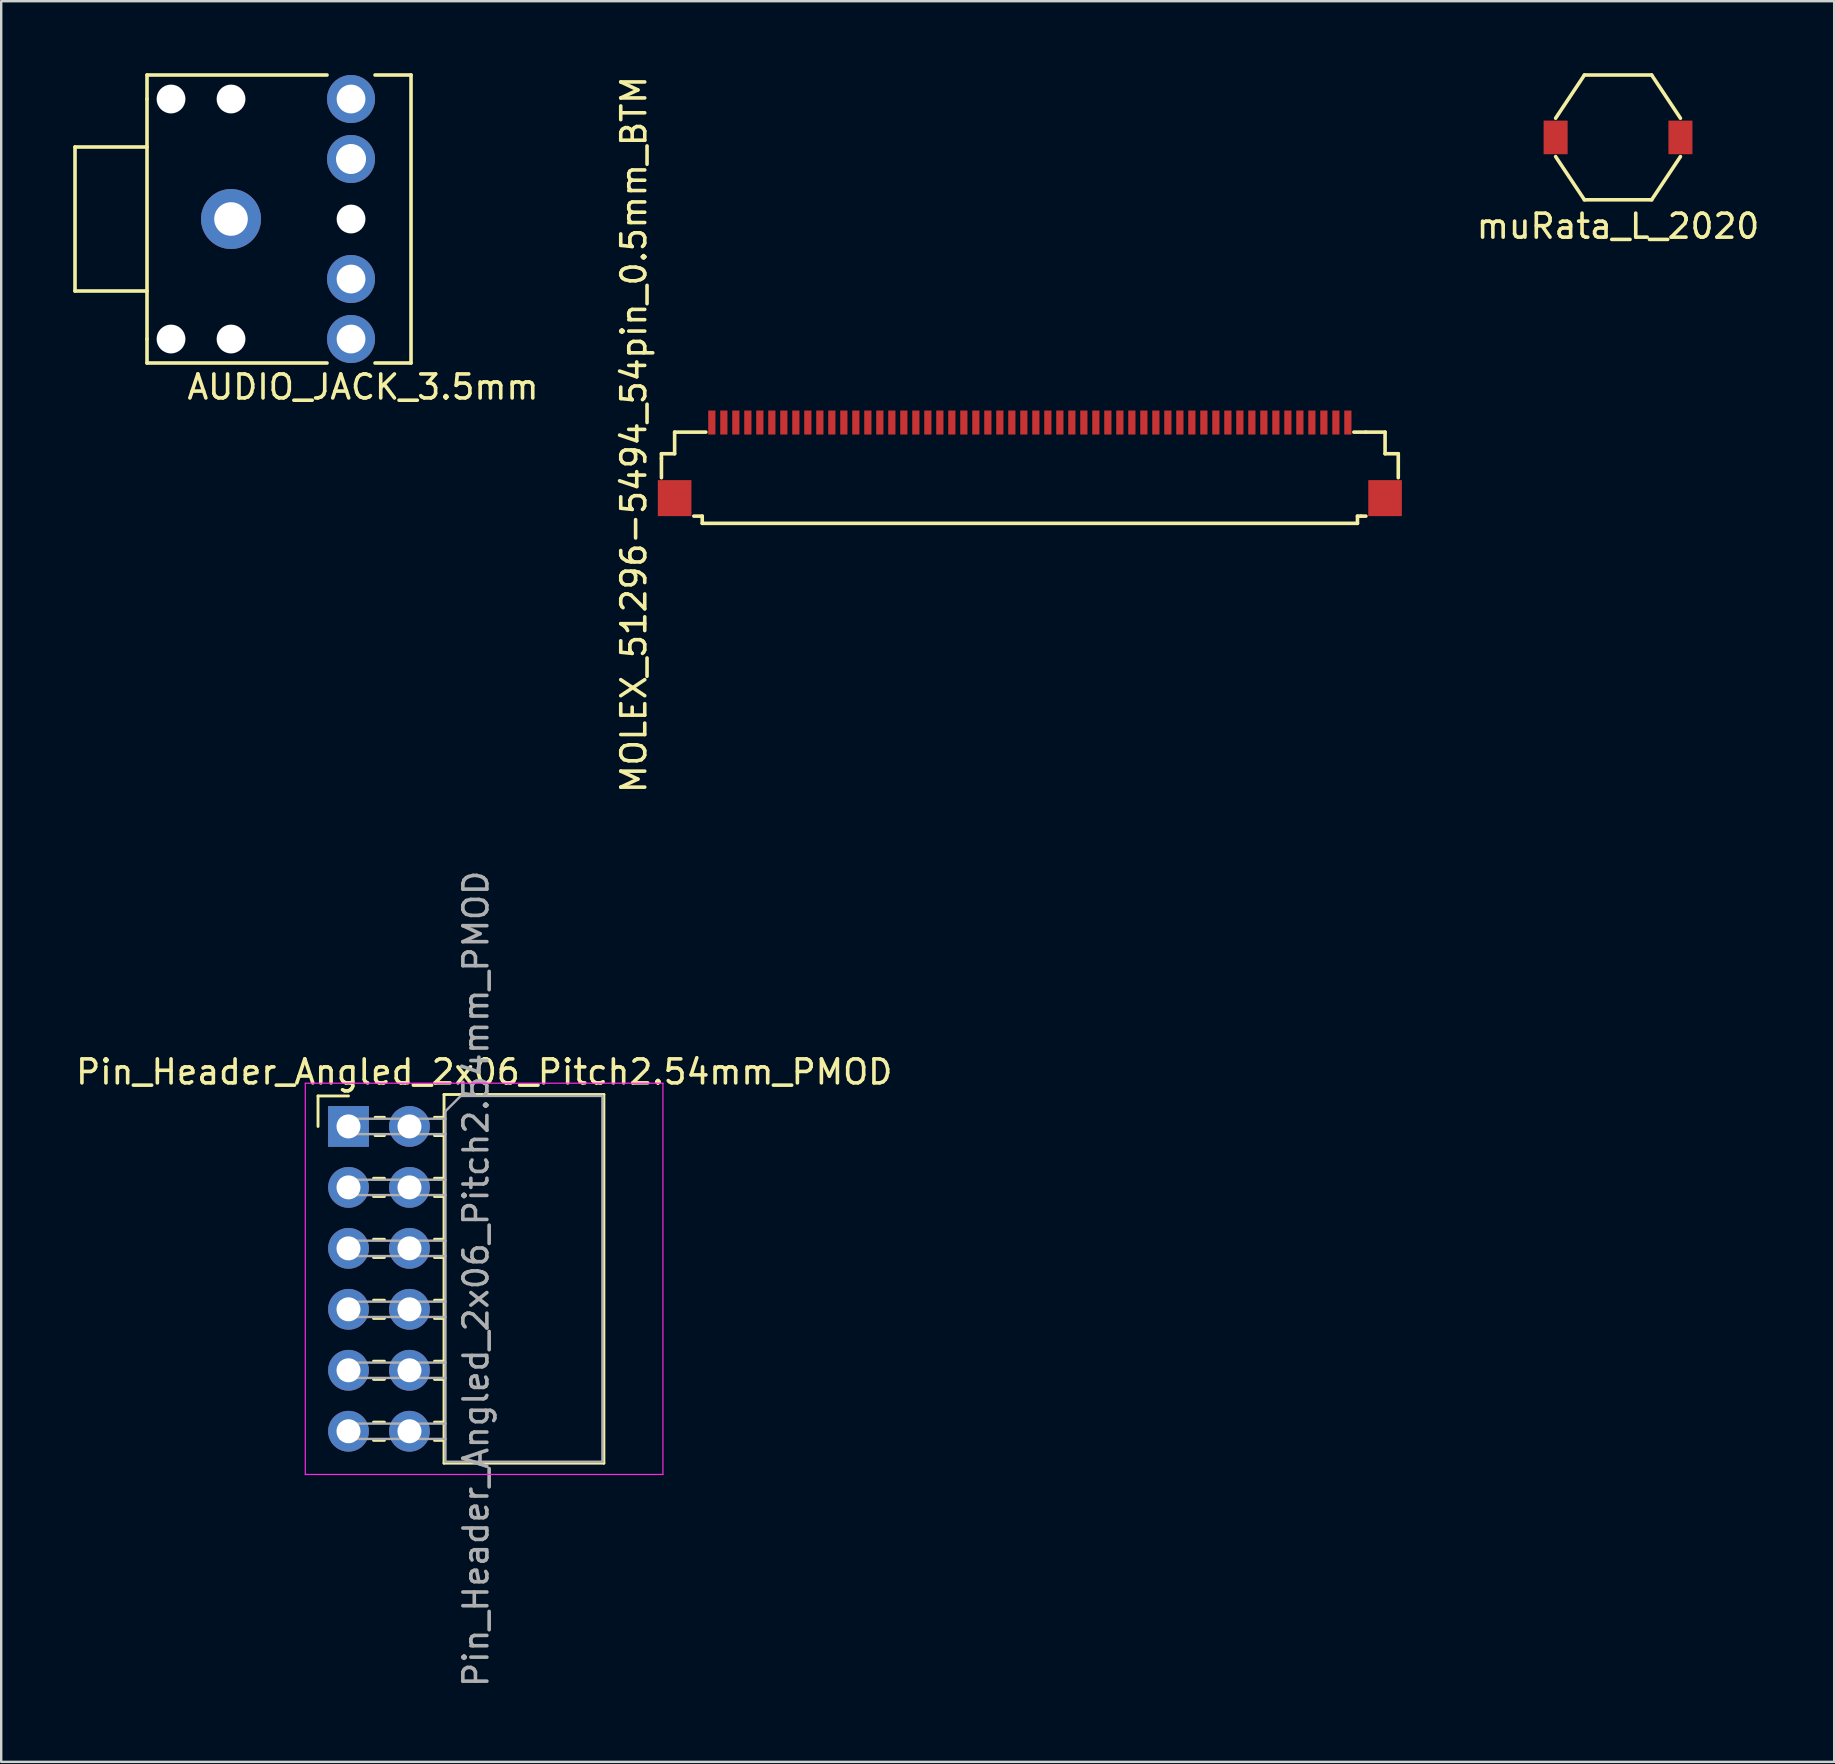
<source format=kicad_pcb>
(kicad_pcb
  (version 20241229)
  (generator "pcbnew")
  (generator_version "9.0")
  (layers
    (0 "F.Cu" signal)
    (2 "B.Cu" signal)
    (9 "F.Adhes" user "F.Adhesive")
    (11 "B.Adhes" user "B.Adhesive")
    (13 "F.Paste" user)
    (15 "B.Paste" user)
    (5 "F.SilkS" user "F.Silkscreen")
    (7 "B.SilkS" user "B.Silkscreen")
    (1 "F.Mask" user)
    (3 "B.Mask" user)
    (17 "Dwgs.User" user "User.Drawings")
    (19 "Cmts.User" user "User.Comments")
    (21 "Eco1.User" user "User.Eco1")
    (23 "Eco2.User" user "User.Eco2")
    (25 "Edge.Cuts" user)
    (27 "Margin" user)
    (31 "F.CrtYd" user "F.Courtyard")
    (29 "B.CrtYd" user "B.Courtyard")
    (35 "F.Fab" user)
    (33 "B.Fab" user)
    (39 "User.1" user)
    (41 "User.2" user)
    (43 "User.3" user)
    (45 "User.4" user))
  (footprint "MOLEX_51296-5494_54pin_0.5mm_BTM"
    (layer "F.Cu")
    (at 39.858 15.054)
    (property "Reference" "MOLEX_51296-5494_54pin_0.5mm_BTM" (at -16.5 0 90) (layer "F.SilkS") (effects (font (size 1 1) (thickness 0.15))))
    (attr through_hole)
    (fp_line (start -15.35 1) (end -15.35 0.8) (stroke (width 0.15) (type solid)) (layer "F.SilkS"))
    (fp_line (start -15.35 1.8) (end -15.35 1) (stroke (width 0.15) (type solid)) (layer "F.SilkS"))
    (fp_line (start -14.8 -0.1) (end -13.5 -0.1) (stroke (width 0.15) (type solid)) (layer "F.SilkS"))
    (fp_line (start -14.8 0.8) (end -15.35 0.8) (stroke (width 0.15) (type solid)) (layer "F.SilkS"))
    (fp_line (start -14.8 0.8) (end -14.8 -0.1) (stroke (width 0.15) (type solid)) (layer "F.SilkS"))
    (fp_line (start -13.65 3.4) (end -14 3.4) (stroke (width 0.15) (type solid)) (layer "F.SilkS"))
    (fp_line (start -13.65 3.7) (end -13.65 3.4) (stroke (width 0.15) (type solid)) (layer "F.SilkS"))
    (fp_line (start 13.5 -0.1) (end 14 -0.1) (stroke (width 0.15) (type solid)) (layer "F.SilkS"))
    (fp_line (start 13.65 3.4) (end 13.65 3.7) (stroke (width 0.15) (type solid)) (layer "F.SilkS"))
    (fp_line (start 13.65 3.7) (end -13.65 3.7) (stroke (width 0.15) (type solid)) (layer "F.SilkS"))
    (fp_line (start 13.8 3.4) (end 13.65 3.4) (stroke (width 0.15) (type solid)) (layer "F.SilkS"))
    (fp_line (start 14 -0.1) (end 14.8 -0.1) (stroke (width 0.15) (type solid)) (layer "F.SilkS"))
    (fp_line (start 14 3.4) (end 13.8 3.4) (stroke (width 0.15) (type solid)) (layer "F.SilkS"))
    (fp_line (start 14.8 -0.1) (end 14.8 0.8) (stroke (width 0.15) (type solid)) (layer "F.SilkS"))
    (fp_line (start 14.8 0.8) (end 15.35 0.8) (stroke (width 0.15) (type solid)) (layer "F.SilkS"))
    (fp_line (start 15.35 0.8) (end 15.35 1.8) (stroke (width 0.15) (type solid)) (layer "F.SilkS"))
    (pad "1" smd rect (at -13.25 -0.5) (size 0.3 1) (layers "F.Cu" "F.Mask" "F.Paste"))
    (pad "2" smd rect (at -12.75 -0.5) (size 0.3 1) (layers "F.Cu" "F.Mask" "F.Paste"))
    (pad "3" smd rect (at -12.25 -0.5) (size 0.3 1) (layers "F.Cu" "F.Mask" "F.Paste"))
    (pad "4" smd rect (at -11.75 -0.5) (size 0.3 1) (layers "F.Cu" "F.Mask" "F.Paste"))
    (pad "5" smd rect (at -11.25 -0.5) (size 0.3 1) (layers "F.Cu" "F.Mask" "F.Paste"))
    (pad "6" smd rect (at -10.75 -0.5) (size 0.3 1) (layers "F.Cu" "F.Mask" "F.Paste"))
    (pad "7" smd rect (at -10.25 -0.5) (size 0.3 1) (layers "F.Cu" "F.Mask" "F.Paste"))
    (pad "8" smd rect (at -9.75 -0.5) (size 0.3 1) (layers "F.Cu" "F.Mask" "F.Paste"))
    (pad "9" smd rect (at -9.25 -0.5) (size 0.3 1) (layers "F.Cu" "F.Mask" "F.Paste"))
    (pad "10" smd rect (at -8.75 -0.5) (size 0.3 1) (layers "F.Cu" "F.Mask" "F.Paste"))
    (pad "11" smd rect (at -8.25 -0.5) (size 0.3 1) (layers "F.Cu" "F.Mask" "F.Paste"))
    (pad "12" smd rect (at -7.75 -0.5) (size 0.3 1) (layers "F.Cu" "F.Mask" "F.Paste"))
    (pad "13" smd rect (at -7.25 -0.5) (size 0.3 1) (layers "F.Cu" "F.Mask" "F.Paste"))
    (pad "14" smd rect (at -6.75 -0.5) (size 0.3 1) (layers "F.Cu" "F.Mask" "F.Paste"))
    (pad "15" smd rect (at -6.25 -0.5) (size 0.3 1) (layers "F.Cu" "F.Mask" "F.Paste"))
    (pad "16" smd rect (at -5.75 -0.5) (size 0.3 1) (layers "F.Cu" "F.Mask" "F.Paste"))
    (pad "17" smd rect (at -5.25 -0.5) (size 0.3 1) (layers "F.Cu" "F.Mask" "F.Paste"))
    (pad "18" smd rect (at -4.75 -0.5) (size 0.3 1) (layers "F.Cu" "F.Mask" "F.Paste"))
    (pad "19" smd rect (at -4.25 -0.5) (size 0.3 1) (layers "F.Cu" "F.Mask" "F.Paste"))
    (pad "20" smd rect (at -3.75 -0.5) (size 0.3 1) (layers "F.Cu" "F.Mask" "F.Paste"))
    (pad "21" smd rect (at -3.25 -0.5) (size 0.3 1) (layers "F.Cu" "F.Mask" "F.Paste"))
    (pad "22" smd rect (at -2.75 -0.5) (size 0.3 1) (layers "F.Cu" "F.Mask" "F.Paste"))
    (pad "23" smd rect (at -2.25 -0.5) (size 0.3 1) (layers "F.Cu" "F.Mask" "F.Paste"))
    (pad "24" smd rect (at -1.75 -0.5) (size 0.3 1) (layers "F.Cu" "F.Mask" "F.Paste"))
    (pad "25" smd rect (at -1.25 -0.5) (size 0.3 1) (layers "F.Cu" "F.Mask" "F.Paste"))
    (pad "26" smd rect (at -0.75 -0.5) (size 0.3 1) (layers "F.Cu" "F.Mask" "F.Paste"))
    (pad "27" smd rect (at -0.25 -0.5) (size 0.3 1) (layers "F.Cu" "F.Mask" "F.Paste"))
    (pad "28" smd rect (at 0.25 -0.5) (size 0.3 1) (layers "F.Cu" "F.Mask" "F.Paste"))
    (pad "29" smd rect (at 0.75 -0.5) (size 0.3 1) (layers "F.Cu" "F.Mask" "F.Paste"))
    (pad "30" smd rect (at 1.25 -0.5) (size 0.3 1) (layers "F.Cu" "F.Mask" "F.Paste"))
    (pad "31" smd rect (at 1.75 -0.5) (size 0.3 1) (layers "F.Cu" "F.Mask" "F.Paste"))
    (pad "32" smd rect (at 2.25 -0.5) (size 0.3 1) (layers "F.Cu" "F.Mask" "F.Paste"))
    (pad "33" smd rect (at 2.75 -0.5) (size 0.3 1) (layers "F.Cu" "F.Mask" "F.Paste"))
    (pad "34" smd rect (at 3.25 -0.5) (size 0.3 1) (layers "F.Cu" "F.Mask" "F.Paste"))
    (pad "35" smd rect (at 3.75 -0.5) (size 0.3 1) (layers "F.Cu" "F.Mask" "F.Paste"))
    (pad "36" smd rect (at 4.25 -0.5) (size 0.3 1) (layers "F.Cu" "F.Mask" "F.Paste"))
    (pad "37" smd rect (at 4.75 -0.5) (size 0.3 1) (layers "F.Cu" "F.Mask" "F.Paste"))
    (pad "38" smd rect (at 5.25 -0.5) (size 0.3 1) (layers "F.Cu" "F.Mask" "F.Paste"))
    (pad "39" smd rect (at 5.75 -0.5) (size 0.3 1) (layers "F.Cu" "F.Mask" "F.Paste"))
    (pad "40" smd rect (at 6.25 -0.5) (size 0.3 1) (layers "F.Cu" "F.Mask" "F.Paste"))
    (pad "41" smd rect (at 6.75 -0.5) (size 0.3 1) (layers "F.Cu" "F.Mask" "F.Paste"))
    (pad "42" smd rect (at 7.25 -0.5) (size 0.3 1) (layers "F.Cu" "F.Mask" "F.Paste"))
    (pad "43" smd rect (at 7.75 -0.5) (size 0.3 1) (layers "F.Cu" "F.Mask" "F.Paste"))
    (pad "44" smd rect (at 8.25 -0.5) (size 0.3 1) (layers "F.Cu" "F.Mask" "F.Paste"))
    (pad "45" smd rect (at 8.75 -0.5) (size 0.3 1) (layers "F.Cu" "F.Mask" "F.Paste"))
    (pad "46" smd rect (at 9.25 -0.5) (size 0.3 1) (layers "F.Cu" "F.Mask" "F.Paste"))
    (pad "47" smd rect (at 9.75 -0.5) (size 0.3 1) (layers "F.Cu" "F.Mask" "F.Paste"))
    (pad "48" smd rect (at 10.25 -0.5) (size 0.3 1) (layers "F.Cu" "F.Mask" "F.Paste"))
    (pad "49" smd rect (at 10.75 -0.5) (size 0.3 1) (layers "F.Cu" "F.Mask" "F.Paste"))
    (pad "50" smd rect (at 11.25 -0.5) (size 0.3 1) (layers "F.Cu" "F.Mask" "F.Paste"))
    (pad "51" smd rect (at 11.75 -0.5) (size 0.3 1) (layers "F.Cu" "F.Mask" "F.Paste"))
    (pad "52" smd rect (at 12.25 -0.5) (size 0.3 1) (layers "F.Cu" "F.Mask" "F.Paste"))
    (pad "53" smd rect (at 12.75 -0.5) (size 0.3 1) (layers "F.Cu" "F.Mask" "F.Paste"))
    (pad "54" smd rect (at 13.25 -0.5) (size 0.3 1) (layers "F.Cu" "F.Mask" "F.Paste"))
    (pad "M" smd rect (at -14.8 2.65) (size 1.4 1.5) (layers "F.Cu" "F.Mask" "F.Paste"))
    (pad "M" smd rect (at 14.8 2.65) (size 1.4 1.5) (layers "F.Cu" "F.Mask" "F.Paste")))
  (footprint "Pin_Header_Angled_2x06_Pitch2.54mm_PMOD"
    (layer "F.Cu")
    (at 11.47 43.882)
    (property "Reference" "Pin_Header_Angled_2x06_Pitch2.54mm_PMOD" (at 5.655 -2.27 0) (layer "F.SilkS") (effects (font (size 1 1) (thickness 0.15))))
    (attr through_hole)
    (fp_line (start -1.27 -1.27) (end 0 -1.27) (stroke (width 0.12) (type solid)) (layer "F.SilkS"))
    (fp_line (start -1.27 0) (end -1.27 -1.27) (stroke (width 0.12) (type solid)) (layer "F.SilkS"))
    (fp_line (start 1.043 2.16) (end 1.497 2.16) (stroke (width 0.12) (type solid)) (layer "F.SilkS"))
    (fp_line (start 1.043 2.92) (end 1.497 2.92) (stroke (width 0.12) (type solid)) (layer "F.SilkS"))
    (fp_line (start 1.043 4.7) (end 1.497 4.7) (stroke (width 0.12) (type solid)) (layer "F.SilkS"))
    (fp_line (start 1.043 5.46) (end 1.497 5.46) (stroke (width 0.12) (type solid)) (layer "F.SilkS"))
    (fp_line (start 1.043 7.24) (end 1.497 7.24) (stroke (width 0.12) (type solid)) (layer "F.SilkS"))
    (fp_line (start 1.043 8) (end 1.497 8) (stroke (width 0.12) (type solid)) (layer "F.SilkS"))
    (fp_line (start 1.043 9.78) (end 1.497 9.78) (stroke (width 0.12) (type solid)) (layer "F.SilkS"))
    (fp_line (start 1.043 10.54) (end 1.497 10.54) (stroke (width 0.12) (type solid)) (layer "F.SilkS"))
    (fp_line (start 1.043 12.32) (end 1.497 12.32) (stroke (width 0.12) (type solid)) (layer "F.SilkS"))
    (fp_line (start 1.043 13.08) (end 1.497 13.08) (stroke (width 0.12) (type solid)) (layer "F.SilkS"))
    (fp_line (start 1.11 -0.38) (end 1.497 -0.38) (stroke (width 0.12) (type solid)) (layer "F.SilkS"))
    (fp_line (start 1.11 0.38) (end 1.497 0.38) (stroke (width 0.12) (type solid)) (layer "F.SilkS"))
    (fp_line (start 3.583 -0.38) (end 3.98 -0.38) (stroke (width 0.12) (type solid)) (layer "F.SilkS"))
    (fp_line (start 3.583 0.38) (end 3.98 0.38) (stroke (width 0.12) (type solid)) (layer "F.SilkS"))
    (fp_line (start 3.583 2.16) (end 3.98 2.16) (stroke (width 0.12) (type solid)) (layer "F.SilkS"))
    (fp_line (start 3.583 2.92) (end 3.98 2.92) (stroke (width 0.12) (type solid)) (layer "F.SilkS"))
    (fp_line (start 3.583 4.7) (end 3.98 4.7) (stroke (width 0.12) (type solid)) (layer "F.SilkS"))
    (fp_line (start 3.583 5.46) (end 3.98 5.46) (stroke (width 0.12) (type solid)) (layer "F.SilkS"))
    (fp_line (start 3.583 7.24) (end 3.98 7.24) (stroke (width 0.12) (type solid)) (layer "F.SilkS"))
    (fp_line (start 3.583 8) (end 3.98 8) (stroke (width 0.12) (type solid)) (layer "F.SilkS"))
    (fp_line (start 3.583 9.78) (end 3.98 9.78) (stroke (width 0.12) (type solid)) (layer "F.SilkS"))
    (fp_line (start 3.583 10.54) (end 3.98 10.54) (stroke (width 0.12) (type solid)) (layer "F.SilkS"))
    (fp_line (start 3.583 12.32) (end 3.98 12.32) (stroke (width 0.12) (type solid)) (layer "F.SilkS"))
    (fp_line (start 3.583 13.08) (end 3.98 13.08) (stroke (width 0.12) (type solid)) (layer "F.SilkS"))
    (fp_line (start 3.98 -1.33) (end 3.98 14.03) (stroke (width 0.12) (type solid)) (layer "F.SilkS"))
    (fp_line (start 3.98 14.03) (end 10.64 14.03) (stroke (width 0.12) (type solid)) (layer "F.SilkS"))
    (fp_line (start 10.64 14.03) (end 10.64 -1.33) (stroke (width 0.12) (type solid)) (layer "F.SilkS"))
    (fp_line (start 10.64 -1.33) (end 3.98 -1.33) (stroke (width 0.12) (type solid)) (layer "F.SilkS"))
    (fp_line (start -1.8 -1.8) (end -1.8 14.5) (stroke (width 0.05) (type solid)) (layer "F.CrtYd"))
    (fp_line (start -1.8 14.5) (end 13.1 14.5) (stroke (width 0.05) (type solid)) (layer "F.CrtYd"))
    (fp_line (start 13.1 -1.8) (end -1.8 -1.8) (stroke (width 0.05) (type solid)) (layer "F.CrtYd"))
    (fp_line (start 13.1 14.5) (end 13.1 -1.8) (stroke (width 0.05) (type solid)) (layer "F.CrtYd"))
    (fp_line (start -0.32 -0.32) (end -0.32 0.32) (stroke (width 0.1) (type solid)) (layer "F.Fab"))
    (fp_line (start -0.32 -0.32) (end 4.04 -0.32) (stroke (width 0.1) (type solid)) (layer "F.Fab"))
    (fp_line (start -0.32 0.32) (end 4.04 0.32) (stroke (width 0.1) (type solid)) (layer "F.Fab"))
    (fp_line (start -0.32 2.22) (end -0.32 2.86) (stroke (width 0.1) (type solid)) (layer "F.Fab"))
    (fp_line (start -0.32 2.22) (end 4.04 2.22) (stroke (width 0.1) (type solid)) (layer "F.Fab"))
    (fp_line (start -0.32 2.86) (end 4.04 2.86) (stroke (width 0.1) (type solid)) (layer "F.Fab"))
    (fp_line (start -0.32 4.76) (end -0.32 5.4) (stroke (width 0.1) (type solid)) (layer "F.Fab"))
    (fp_line (start -0.32 4.76) (end 4.04 4.76) (stroke (width 0.1) (type solid)) (layer "F.Fab"))
    (fp_line (start -0.32 5.4) (end 4.04 5.4) (stroke (width 0.1) (type solid)) (layer "F.Fab"))
    (fp_line (start -0.32 7.3) (end -0.32 7.94) (stroke (width 0.1) (type solid)) (layer "F.Fab"))
    (fp_line (start -0.32 7.3) (end 4.04 7.3) (stroke (width 0.1) (type solid)) (layer "F.Fab"))
    (fp_line (start -0.32 7.94) (end 4.04 7.94) (stroke (width 0.1) (type solid)) (layer "F.Fab"))
    (fp_line (start -0.32 9.84) (end -0.32 10.48) (stroke (width 0.1) (type solid)) (layer "F.Fab"))
    (fp_line (start -0.32 9.84) (end 4.04 9.84) (stroke (width 0.1) (type solid)) (layer "F.Fab"))
    (fp_line (start -0.32 10.48) (end 4.04 10.48) (stroke (width 0.1) (type solid)) (layer "F.Fab"))
    (fp_line (start -0.32 12.38) (end -0.32 13.02) (stroke (width 0.1) (type solid)) (layer "F.Fab"))
    (fp_line (start -0.32 12.38) (end 4.04 12.38) (stroke (width 0.1) (type solid)) (layer "F.Fab"))
    (fp_line (start -0.32 13.02) (end 4.04 13.02) (stroke (width 0.1) (type solid)) (layer "F.Fab"))
    (fp_line (start 4.04 -0.635) (end 4.675 -1.27) (stroke (width 0.1) (type solid)) (layer "F.Fab"))
    (fp_line (start 4.04 13.97) (end 4.04 -0.635) (stroke (width 0.1) (type solid)) (layer "F.Fab"))
    (fp_line (start 4.675 -1.27) (end 10.58 -1.27) (stroke (width 0.1) (type solid)) (layer "F.Fab"))
    (fp_line (start 10.58 -1.27) (end 10.58 13.97) (stroke (width 0.1) (type solid)) (layer "F.Fab"))
    (fp_line (start 10.58 13.97) (end 4.04 13.97) (stroke (width 0.1) (type solid)) (layer "F.Fab"))
    (fp_text user "${REFERENCE}" (at 5.31 6.35 90) (layer "F.Fab") (effects (font (size 1 1) (thickness 0.15))))
    (pad "1" thru_hole rect (at 0 0) (size 1.7 1.7) (drill 1) (layers "*.Cu" "*.Mask"))
    (pad "2" thru_hole oval (at 0 2.54) (size 1.7 1.7) (drill 1) (layers "*.Cu" "*.Mask"))
    (pad "3" thru_hole oval (at 0 5.08) (size 1.7 1.7) (drill 1) (layers "*.Cu" "*.Mask"))
    (pad "4" thru_hole oval (at 0 7.62) (size 1.7 1.7) (drill 1) (layers "*.Cu" "*.Mask"))
    (pad "5" thru_hole oval (at 0 10.16) (size 1.7 1.7) (drill 1) (layers "*.Cu" "*.Mask"))
    (pad "6" thru_hole oval (at 0 12.7) (size 1.7 1.7) (drill 1) (layers "*.Cu" "*.Mask"))
    (pad "7" thru_hole oval (at 2.54 0) (size 1.7 1.7) (drill 1) (layers "*.Cu" "*.Mask"))
    (pad "8" thru_hole oval (at 2.54 2.54) (size 1.7 1.7) (drill 1) (layers "*.Cu" "*.Mask"))
    (pad "9" thru_hole oval (at 2.54 5.08) (size 1.7 1.7) (drill 1) (layers "*.Cu" "*.Mask"))
    (pad "10" thru_hole oval (at 2.54 7.62) (size 1.7 1.7) (drill 1) (layers "*.Cu" "*.Mask"))
    (pad "11" thru_hole oval (at 2.54 10.16) (size 1.7 1.7) (drill 1) (layers "*.Cu" "*.Mask"))
    (pad "12" thru_hole oval (at 2.54 12.7) (size 1.7 1.7) (drill 1) (layers "*.Cu" "*.Mask")))
  (footprint "muRata_L_2020"
    (layer "F.Cu")
    (at 64.364 2.675)
    (property "Reference" "muRata_L_2020" (at 0 3.7 0) (layer "F.SilkS") (effects (font (size 1 1) (thickness 0.15))))
    (attr through_hole)
    (fp_line (start -2.6 0.8) (end -1.4 2.6) (stroke (width 0.15) (type solid)) (layer "F.SilkS"))
    (fp_line (start -1.4 -2.6) (end -2.6 -0.8) (stroke (width 0.15) (type solid)) (layer "F.SilkS"))
    (fp_line (start -1.4 2.6) (end 1.4 2.6) (stroke (width 0.15) (type solid)) (layer "F.SilkS"))
    (fp_line (start 1.4 -2.6) (end -1.4 -2.6) (stroke (width 0.15) (type solid)) (layer "F.SilkS"))
    (fp_line (start 1.4 2.6) (end 2.6 0.8) (stroke (width 0.15) (type solid)) (layer "F.SilkS"))
    (fp_line (start 2.6 -0.8) (end 1.4 -2.6) (stroke (width 0.15) (type solid)) (layer "F.SilkS"))
    (pad "1" smd rect (at -2.6 0) (size 1 1.4) (layers "F.Cu" "F.Mask" "F.Paste"))
    (pad "2" smd rect (at 2.6 0) (size 1 1.4) (layers "F.Cu" "F.Mask" "F.Paste")))
  (footprint "AUDIO_JACK_3.5mm"
    (layer "F.Cu")
    (at 6.575 6.075)
    (property "Reference" "AUDIO_JACK_3.5mm" (at 5.5 7 0) (layer "F.SilkS") (effects (font (size 1 1) (thickness 0.15))))
    (attr through_hole)
    (fp_line (start -6.5 -3) (end -6.5 3) (stroke (width 0.15) (type solid)) (layer "F.SilkS"))
    (fp_line (start -6.5 3) (end -3.5 3) (stroke (width 0.15) (type solid)) (layer "F.SilkS"))
    (fp_line (start -3.5 -6) (end 4 -6) (stroke (width 0.15) (type solid)) (layer "F.SilkS"))
    (fp_line (start -3.5 -5) (end -3.5 -6) (stroke (width 0.15) (type solid)) (layer "F.SilkS"))
    (fp_line (start -3.5 -3) (end -6.5 -3) (stroke (width 0.15) (type solid)) (layer "F.SilkS"))
    (fp_line (start -3.5 5) (end -3.5 -5) (stroke (width 0.15) (type solid)) (layer "F.SilkS"))
    (fp_line (start -3.5 6) (end -3.5 5) (stroke (width 0.15) (type solid)) (layer "F.SilkS"))
    (fp_line (start 4 6) (end -3.5 6) (stroke (width 0.15) (type solid)) (layer "F.SilkS"))
    (fp_line (start 6 -6) (end 7.5 -6) (stroke (width 0.15) (type solid)) (layer "F.SilkS"))
    (fp_line (start 7.5 -6) (end 7.5 6) (stroke (width 0.15) (type solid)) (layer "F.SilkS"))
    (fp_line (start 7.5 6) (end 6 6) (stroke (width 0.15) (type solid)) (layer "F.SilkS"))
    (pad "" np_thru_hole circle (at -2.5 -5) (size 1.2 1.2) (drill 1.2) (layers "*.Cu" "*.Mask"))
    (pad "" np_thru_hole circle (at -2.5 5) (size 1.2 1.2) (drill 1.2) (layers "*.Cu" "*.Mask"))
    (pad "" np_thru_hole circle (at 0 -5) (size 1.2 1.2) (drill 1.2) (layers "*.Cu" "*.Mask"))
    (pad "" np_thru_hole circle (at 0 5) (size 1.2 1.2) (drill 1.2) (layers "*.Cu" "*.Mask"))
    (pad "" np_thru_hole circle (at 5 0) (size 1.2 1.2) (drill 1.2) (layers "*.Cu" "*.Mask"))
    (pad "1" thru_hole circle (at 5 2.5) (size 2 2) (drill 1.2) (layers "*.Cu" "*.Mask"))
    (pad "1" thru_hole circle (at 5 5) (size 2 2) (drill 1.2) (layers "*.Cu" "*.Mask"))
    (pad "2" thru_hole circle (at 5 -5) (size 2 2) (drill 1.2) (layers "*.Cu" "*.Mask"))
    (pad "2" thru_hole circle (at 5 -2.5) (size 2 2) (drill 1.25) (layers "*.Cu" "*.Mask"))
    (pad "3" thru_hole circle (at 0 0) (size 2.5 2.5) (drill 1.4) (layers "*.Cu" "*.Mask")))
  (gr_rect
    (start -3 -3)
    (end 73.37 70.357)
    (stroke (width 0.1) (type default))
    (fill no)
    (layer "Edge.Cuts")))
</source>
